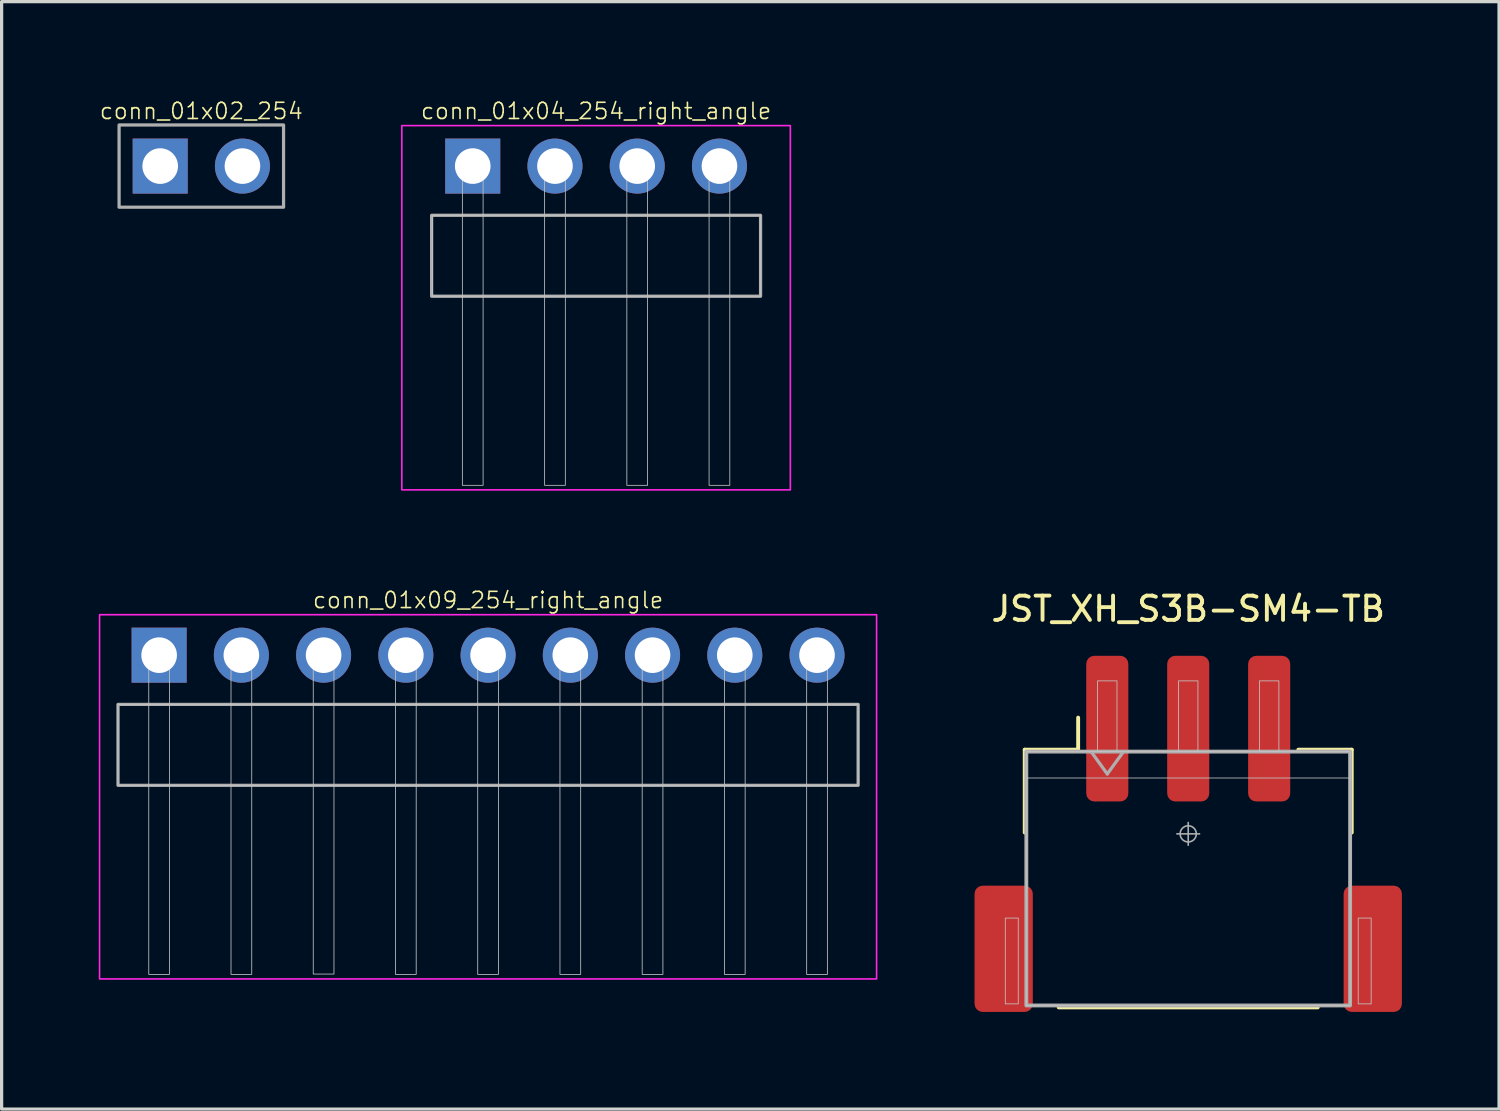
<source format=kicad_pcb>
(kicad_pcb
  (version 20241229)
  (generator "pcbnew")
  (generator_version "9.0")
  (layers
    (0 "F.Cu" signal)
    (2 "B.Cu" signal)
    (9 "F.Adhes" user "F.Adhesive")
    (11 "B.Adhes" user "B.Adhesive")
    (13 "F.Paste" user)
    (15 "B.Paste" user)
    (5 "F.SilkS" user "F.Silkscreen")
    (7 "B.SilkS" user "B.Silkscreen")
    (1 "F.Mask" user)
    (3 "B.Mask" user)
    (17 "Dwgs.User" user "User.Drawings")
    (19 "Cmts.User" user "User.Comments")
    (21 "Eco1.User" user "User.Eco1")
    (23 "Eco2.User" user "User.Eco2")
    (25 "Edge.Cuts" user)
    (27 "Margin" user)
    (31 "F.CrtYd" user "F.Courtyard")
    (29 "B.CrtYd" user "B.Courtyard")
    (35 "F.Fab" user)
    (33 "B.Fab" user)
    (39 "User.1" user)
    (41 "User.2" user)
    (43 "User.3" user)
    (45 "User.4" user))
  (footprint "conn_01x09_254_right_angle"
    (layer "F.Cu")
    (at 12.025 17.186)
    (property "Reference" "conn_01x09_254_right_angle" (at 0 -1.7 0) (unlocked yes) (layer "F.SilkS") (effects (font (size 0.5 0.5) (thickness 0.05))))
    (attr through_hole)
    (fp_rect (start -11.43 1.52) (end 11.43 4.02) (stroke (width 0.025) (type default)) (fill no) (layer "Dwgs.User"))
    (fp_rect (start -10.48 -0.32) (end -9.84 0.32) (stroke (width 0.025) (type default)) (fill no) (layer "Dwgs.User"))
    (fp_rect (start -10.48 0.32) (end -9.84 9.86) (stroke (width 0.025) (type default)) (fill no) (layer "Dwgs.User"))
    (fp_rect (start -7.94 -0.32) (end -7.3 0.32) (stroke (width 0.025) (type default)) (fill no) (layer "Dwgs.User"))
    (fp_rect (start -7.94 0.32) (end -7.3 9.86) (stroke (width 0.025) (type default)) (fill no) (layer "Dwgs.User"))
    (fp_rect (start -5.4 -0.33) (end -4.76 0.31) (stroke (width 0.025) (type default)) (fill no) (layer "Dwgs.User"))
    (fp_rect (start -5.4 0.31) (end -4.76 9.85) (stroke (width 0.025) (type default)) (fill no) (layer "Dwgs.User"))
    (fp_rect (start -2.86 -0.32) (end -2.22 0.32) (stroke (width 0.025) (type default)) (fill no) (layer "Dwgs.User"))
    (fp_rect (start -2.86 0.32) (end -2.22 9.86) (stroke (width 0.025) (type default)) (fill no) (layer "Dwgs.User"))
    (fp_rect (start -0.32 -0.32) (end 0.32 0.32) (stroke (width 0.025) (type default)) (fill no) (layer "Dwgs.User"))
    (fp_rect (start -0.32 0.32) (end 0.32 9.86) (stroke (width 0.025) (type default)) (fill no) (layer "Dwgs.User"))
    (fp_rect (start 2.22 -0.32) (end 2.86 0.32) (stroke (width 0.025) (type default)) (fill no) (layer "Dwgs.User"))
    (fp_rect (start 2.22 0.32) (end 2.86 9.86) (stroke (width 0.025) (type default)) (fill no) (layer "Dwgs.User"))
    (fp_rect (start 4.76 -0.32) (end 5.4 0.32) (stroke (width 0.025) (type default)) (fill no) (layer "Dwgs.User"))
    (fp_rect (start 4.76 0.32) (end 5.4 9.86) (stroke (width 0.025) (type default)) (fill no) (layer "Dwgs.User"))
    (fp_rect (start 7.3 -0.32) (end 7.94 0.32) (stroke (width 0.025) (type default)) (fill no) (layer "Dwgs.User"))
    (fp_rect (start 7.3 0.32) (end 7.94 9.86) (stroke (width 0.025) (type default)) (fill no) (layer "Dwgs.User"))
    (fp_rect (start 9.84 -0.32) (end 10.48 0.32) (stroke (width 0.025) (type default)) (fill no) (layer "Dwgs.User"))
    (fp_rect (start 9.84 0.32) (end 10.48 9.86) (stroke (width 0.025) (type default)) (fill no) (layer "Dwgs.User"))
    (fp_rect (start -12 -1.25) (end 12 10) (stroke (width 0.05) (type default)) (fill no) (layer "F.CrtYd"))
    (fp_rect (start -11.43 1.52) (end 11.43 4.02) (stroke (width 0.1) (type default)) (fill no) (layer "F.Fab"))
    (pad "1" thru_hole rect (at -10.16 0 90) (size 1.7 1.7) (drill 1.1) (layers "*.Cu" "*.Mask"))
    (pad "2" thru_hole circle (at -7.62 0 90) (size 1.7 1.7) (drill 1.1) (layers "*.Cu" "*.Mask"))
    (pad "3" thru_hole circle (at -5.08 0 90) (size 1.7 1.7) (drill 1.1) (layers "*.Cu" "*.Mask"))
    (pad "4" thru_hole circle (at -2.54 0 90) (size 1.7 1.7) (drill 1.1) (layers "*.Cu" "*.Mask"))
    (pad "5" thru_hole circle (at 0 0 90) (size 1.7 1.7) (drill 1.1) (layers "*.Cu" "*.Mask"))
    (pad "6" thru_hole circle (at 2.54 0 90) (size 1.7 1.7) (drill 1.1) (layers "*.Cu" "*.Mask"))
    (pad "7" thru_hole circle (at 5.08 0 90) (size 1.7 1.7) (drill 1.1) (layers "*.Cu" "*.Mask"))
    (pad "8" thru_hole circle (at 7.62 0 90) (size 1.7 1.7) (drill 1.1) (layers "*.Cu" "*.Mask"))
    (pad "9" thru_hole circle (at 10.16 0 90) (size 1.7 1.7) (drill 1.1) (layers "*.Cu" "*.Mask")))
  (footprint "JST_XH_S3B-SM4-TB"
    (layer "F.Cu")
    (at 33.65 22.705)
    (property "Reference" "JST_XH_S3B-SM4-TB" (at 0 -6.95 0) (unlocked yes) (layer "F.SilkS") (effects (font (size 0.75 0.75) (thickness 0.12))))
    (attr smd)
    (fp_line (start -5.05 -2.6) (end -3.4 -2.6) (stroke (width 0.12) (type solid)) (layer "F.SilkS"))
    (fp_line (start -5.05 -0.04) (end -5.05 -2.6) (stroke (width 0.12) (type solid)) (layer "F.SilkS"))
    (fp_line (start -4 5.36) (end 4 5.36) (stroke (width 0.12) (type solid)) (layer "F.SilkS"))
    (fp_line (start -3.4 -2.6) (end -3.4 -3.59) (stroke (width 0.12) (type solid)) (layer "F.SilkS"))
    (fp_line (start 5.05 -2.6) (end 3.4 -2.6) (stroke (width 0.12) (type solid)) (layer "F.SilkS"))
    (fp_line (start 5.05 -0.04) (end 5.05 -2.6) (stroke (width 0.12) (type solid)) (layer "F.SilkS"))
    (fp_line (start -5 -1.725) (end 5 -1.725) (stroke (width 0.025) (type default)) (layer "Dwgs.User"))
    (fp_rect (start -5.65 2.6) (end -5.25 5.25) (stroke (width 0.025) (type default)) (fill no) (layer "Dwgs.User"))
    (fp_rect (start -5 -2.54) (end 5 5.3) (stroke (width 0.025) (type default)) (fill no) (layer "Dwgs.User"))
    (fp_rect (start -2.8 -4.725) (end -2.2 -2.54) (stroke (width 0.025) (type default)) (fill no) (layer "Dwgs.User"))
    (fp_rect (start -0.3 -4.725) (end 0.3 -2.54) (stroke (width 0.025) (type default)) (fill no) (layer "Dwgs.User"))
    (fp_rect (start 2.2 -4.725) (end 2.8 -2.54) (stroke (width 0.025) (type default)) (fill no) (layer "Dwgs.User"))
    (fp_rect (start 5.25 2.6) (end 5.65 5.25) (stroke (width 0.025) (type default)) (fill no) (layer "Dwgs.User"))
    (fp_line (start -3 -2.54) (end -2.5 -1.85) (stroke (width 0.1) (type solid)) (layer "F.Fab"))
    (fp_line (start -2.5 -1.85) (end -2 -2.54) (stroke (width 0.1) (type solid)) (layer "F.Fab"))
    (fp_line (start -0.35 0) (end 0.35 0) (stroke (width 0.05) (type solid)) (layer "F.Fab"))
    (fp_line (start 0 -0.35) (end 0 0.35) (stroke (width 0.05) (type solid)) (layer "F.Fab"))
    (fp_rect (start -5 -2.54) (end 5 5.3) (stroke (width 0.12) (type default)) (fill no) (layer "F.Fab"))
    (fp_circle (center 0 0) (end 0.25 0) (stroke (width 0.05) (type solid)) (fill no) (layer "F.Fab"))
    (pad "1" smd roundrect (at -2.5 -3.25) (size 1.3 4.5) (layers "F.Cu" "F.Mask" "F.Paste") (roundrect_rratio 0.192))
    (pad "2" smd roundrect (at 0 -3.25) (size 1.3 4.5) (layers "F.Cu" "F.Mask" "F.Paste") (roundrect_rratio 0.192))
    (pad "3" smd roundrect (at 2.5 -3.25) (size 1.3 4.5) (layers "F.Cu" "F.Mask" "F.Paste") (roundrect_rratio 0.192))
    (pad "MP" smd roundrect (at -5.7 3.55) (size 1.8 3.9) (layers "F.Cu" "F.Mask" "F.Paste") (roundrect_rratio 0.139))
    (pad "MP" smd roundrect (at 5.7 3.55) (size 1.8 3.9) (layers "F.Cu" "F.Mask" "F.Paste") (roundrect_rratio 0.139)))
  (footprint "conn_01x02_254"
    (layer "F.Cu")
    (at 3.168 2.08)
    (property "Reference" "conn_01x02_254" (at 0 -1.7 0) (unlocked yes) (layer "F.SilkS") (effects (font (size 0.5 0.5) (thickness 0.05))))
    (attr through_hole)
    (fp_rect (start -2.54 -1.27) (end 2.54 1.27) (stroke (width 0.1) (type default)) (fill no) (layer "F.Fab"))
    (pad "1" thru_hole rect (at -1.27 0) (size 1.7 1.7) (drill 1.1) (layers "*.Cu" "*.Mask"))
    (pad "2" thru_hole circle (at 1.27 0) (size 1.7 1.7) (drill 1.1) (layers "*.Cu" "*.Mask")))
  (footprint "conn_01x04_254_right_angle"
    (layer "F.Cu")
    (at 15.361 2.08)
    (property "Reference" "conn_01x04_254_right_angle" (at 0 -1.7 0) (unlocked yes) (layer "F.SilkS") (effects (font (size 0.5 0.5) (thickness 0.05))))
    (attr through_hole)
    (fp_rect (start -5.05 1.52) (end 5.08 4.02) (stroke (width 0.025) (type solid)) (fill no) (layer "Dwgs.User"))
    (fp_rect (start -4.13 -0.32) (end -3.49 0.32) (stroke (width 0.025) (type default)) (fill no) (layer "Dwgs.User"))
    (fp_rect (start -4.13 0.32) (end -3.49 9.86) (stroke (width 0.025) (type default)) (fill no) (layer "Dwgs.User"))
    (fp_rect (start -1.59 -0.32) (end -0.95 0.32) (stroke (width 0.025) (type default)) (fill no) (layer "Dwgs.User"))
    (fp_rect (start -1.59 0.32) (end -0.95 9.86) (stroke (width 0.025) (type default)) (fill no) (layer "Dwgs.User"))
    (fp_rect (start 0.95 -0.32) (end 1.59 0.32) (stroke (width 0.025) (type default)) (fill no) (layer "Dwgs.User"))
    (fp_rect (start 0.95 0.32) (end 1.59 9.86) (stroke (width 0.025) (type default)) (fill no) (layer "Dwgs.User"))
    (fp_rect (start 3.49 -0.32) (end 4.13 0.32) (stroke (width 0.025) (type default)) (fill no) (layer "Dwgs.User"))
    (fp_rect (start 3.49 0.32) (end 4.13 9.86) (stroke (width 0.025) (type default)) (fill no) (layer "Dwgs.User"))
    (fp_rect (start -6 -1.25) (end 6 10) (stroke (width 0.05) (type solid)) (fill no) (layer "F.CrtYd"))
    (fp_rect (start -5.08 1.52) (end 5.08 4.02) (stroke (width 0.1) (type solid)) (fill no) (layer "F.Fab"))
    (pad "1" thru_hole rect (at -3.81 0 90) (size 1.7 1.7) (drill 1.1) (layers "*.Cu" "*.Mask"))
    (pad "2" thru_hole circle (at -1.27 0 90) (size 1.7 1.7) (drill 1.1) (layers "*.Cu" "*.Mask"))
    (pad "3" thru_hole circle (at 1.27 0 90) (size 1.7 1.7) (drill 1.1) (layers "*.Cu" "*.Mask"))
    (pad "4" thru_hole circle (at 3.81 0 90) (size 1.7 1.7) (drill 1.1) (layers "*.Cu" "*.Mask")))
  (gr_rect
    (start -3 -3)
    (end 43.25 31.205)
    (stroke (width 0.1) (type default))
    (fill no)
    (layer "Edge.Cuts")))
</source>
